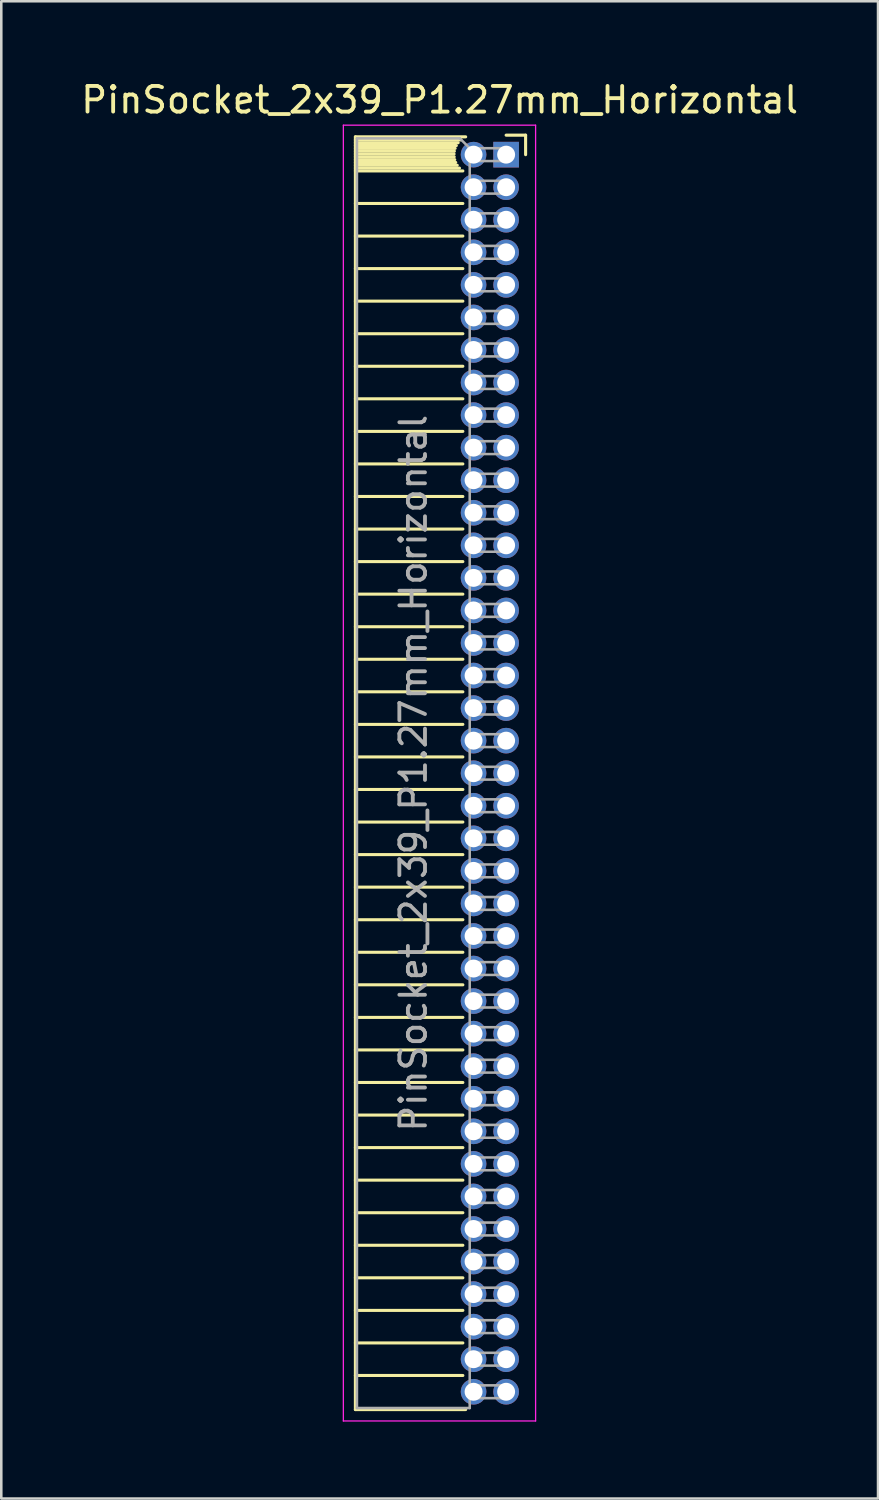
<source format=kicad_pcb>
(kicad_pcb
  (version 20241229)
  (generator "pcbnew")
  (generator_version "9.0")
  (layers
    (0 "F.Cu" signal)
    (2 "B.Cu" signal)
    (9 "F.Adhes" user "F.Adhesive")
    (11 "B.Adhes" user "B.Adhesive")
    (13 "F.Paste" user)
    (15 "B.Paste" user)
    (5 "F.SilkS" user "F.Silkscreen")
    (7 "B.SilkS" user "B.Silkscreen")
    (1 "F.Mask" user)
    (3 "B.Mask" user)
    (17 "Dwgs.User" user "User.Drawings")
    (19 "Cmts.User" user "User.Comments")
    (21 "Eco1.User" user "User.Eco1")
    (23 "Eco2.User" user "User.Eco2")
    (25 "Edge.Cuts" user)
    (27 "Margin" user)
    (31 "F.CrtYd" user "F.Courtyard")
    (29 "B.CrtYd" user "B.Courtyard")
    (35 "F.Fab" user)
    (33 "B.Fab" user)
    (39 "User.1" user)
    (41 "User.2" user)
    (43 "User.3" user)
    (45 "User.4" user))
  (footprint "PinSocket_2x39_P1.27mm_Horizontal"
    (layer "F.Cu")
    (at 16.694 2.983)
    (property "Reference" "PinSocket_2x39_P1.27mm_Horizontal" (at -2.592 -2.135 0) (layer "F.SilkS") (effects (font (size 1 1) (thickness 0.15))))
    (attr through_hole)
    (fp_line (start -5.88 -0.695) (end -5.88 48.955) (stroke (width 0.12) (type solid)) (layer "F.SilkS"))
    (fp_line (start -5.88 -0.695) (end -1.578 -0.695) (stroke (width 0.12) (type solid)) (layer "F.SilkS"))
    (fp_line (start -5.88 -0.575) (end -1.767 -0.575) (stroke (width 0.12) (type solid)) (layer "F.SilkS"))
    (fp_line (start -5.88 -0.465) (end -1.871 -0.465) (stroke (width 0.12) (type solid)) (layer "F.SilkS"))
    (fp_line (start -5.88 -0.355) (end -1.942 -0.355) (stroke (width 0.12) (type solid)) (layer "F.SilkS"))
    (fp_line (start -5.88 -0.245) (end -1.989 -0.245) (stroke (width 0.12) (type solid)) (layer "F.SilkS"))
    (fp_line (start -5.88 -0.135) (end -2.018 -0.135) (stroke (width 0.12) (type solid)) (layer "F.SilkS"))
    (fp_line (start -5.88 -0.025) (end -2.03 -0.025) (stroke (width 0.12) (type solid)) (layer "F.SilkS"))
    (fp_line (start -5.88 0.085) (end -2.025 0.085) (stroke (width 0.12) (type solid)) (layer "F.SilkS"))
    (fp_line (start -5.88 0.195) (end -2.005 0.195) (stroke (width 0.12) (type solid)) (layer "F.SilkS"))
    (fp_line (start -5.88 0.305) (end -1.966 0.305) (stroke (width 0.12) (type solid)) (layer "F.SilkS"))
    (fp_line (start -5.88 0.415) (end -1.907 0.415) (stroke (width 0.12) (type solid)) (layer "F.SilkS"))
    (fp_line (start -5.88 0.525) (end -1.82 0.525) (stroke (width 0.12) (type solid)) (layer "F.SilkS"))
    (fp_line (start -5.88 0.635) (end -1.688 0.635) (stroke (width 0.12) (type solid)) (layer "F.SilkS"))
    (fp_line (start -5.88 1.905) (end -1.688 1.905) (stroke (width 0.12) (type solid)) (layer "F.SilkS"))
    (fp_line (start -5.88 3.175) (end -1.688 3.175) (stroke (width 0.12) (type solid)) (layer "F.SilkS"))
    (fp_line (start -5.88 4.445) (end -1.688 4.445) (stroke (width 0.12) (type solid)) (layer "F.SilkS"))
    (fp_line (start -5.88 5.715) (end -1.688 5.715) (stroke (width 0.12) (type solid)) (layer "F.SilkS"))
    (fp_line (start -5.88 6.985) (end -1.688 6.985) (stroke (width 0.12) (type solid)) (layer "F.SilkS"))
    (fp_line (start -5.88 8.255) (end -1.688 8.255) (stroke (width 0.12) (type solid)) (layer "F.SilkS"))
    (fp_line (start -5.88 9.525) (end -1.688 9.525) (stroke (width 0.12) (type solid)) (layer "F.SilkS"))
    (fp_line (start -5.88 10.795) (end -1.688 10.795) (stroke (width 0.12) (type solid)) (layer "F.SilkS"))
    (fp_line (start -5.88 12.065) (end -1.688 12.065) (stroke (width 0.12) (type solid)) (layer "F.SilkS"))
    (fp_line (start -5.88 13.335) (end -1.688 13.335) (stroke (width 0.12) (type solid)) (layer "F.SilkS"))
    (fp_line (start -5.88 14.605) (end -1.688 14.605) (stroke (width 0.12) (type solid)) (layer "F.SilkS"))
    (fp_line (start -5.88 15.875) (end -1.688 15.875) (stroke (width 0.12) (type solid)) (layer "F.SilkS"))
    (fp_line (start -5.88 17.145) (end -1.688 17.145) (stroke (width 0.12) (type solid)) (layer "F.SilkS"))
    (fp_line (start -5.88 18.415) (end -1.688 18.415) (stroke (width 0.12) (type solid)) (layer "F.SilkS"))
    (fp_line (start -5.88 19.685) (end -1.688 19.685) (stroke (width 0.12) (type solid)) (layer "F.SilkS"))
    (fp_line (start -5.88 20.955) (end -1.688 20.955) (stroke (width 0.12) (type solid)) (layer "F.SilkS"))
    (fp_line (start -5.88 22.225) (end -1.688 22.225) (stroke (width 0.12) (type solid)) (layer "F.SilkS"))
    (fp_line (start -5.88 23.495) (end -1.688 23.495) (stroke (width 0.12) (type solid)) (layer "F.SilkS"))
    (fp_line (start -5.88 24.765) (end -1.688 24.765) (stroke (width 0.12) (type solid)) (layer "F.SilkS"))
    (fp_line (start -5.88 26.035) (end -1.688 26.035) (stroke (width 0.12) (type solid)) (layer "F.SilkS"))
    (fp_line (start -5.88 27.305) (end -1.688 27.305) (stroke (width 0.12) (type solid)) (layer "F.SilkS"))
    (fp_line (start -5.88 28.575) (end -1.688 28.575) (stroke (width 0.12) (type solid)) (layer "F.SilkS"))
    (fp_line (start -5.88 29.845) (end -1.688 29.845) (stroke (width 0.12) (type solid)) (layer "F.SilkS"))
    (fp_line (start -5.88 31.115) (end -1.688 31.115) (stroke (width 0.12) (type solid)) (layer "F.SilkS"))
    (fp_line (start -5.88 32.385) (end -1.688 32.385) (stroke (width 0.12) (type solid)) (layer "F.SilkS"))
    (fp_line (start -5.88 33.655) (end -1.688 33.655) (stroke (width 0.12) (type solid)) (layer "F.SilkS"))
    (fp_line (start -5.88 34.925) (end -1.688 34.925) (stroke (width 0.12) (type solid)) (layer "F.SilkS"))
    (fp_line (start -5.88 36.195) (end -1.688 36.195) (stroke (width 0.12) (type solid)) (layer "F.SilkS"))
    (fp_line (start -5.88 37.465) (end -1.688 37.465) (stroke (width 0.12) (type solid)) (layer "F.SilkS"))
    (fp_line (start -5.88 38.735) (end -1.688 38.735) (stroke (width 0.12) (type solid)) (layer "F.SilkS"))
    (fp_line (start -5.88 40.005) (end -1.688 40.005) (stroke (width 0.12) (type solid)) (layer "F.SilkS"))
    (fp_line (start -5.88 41.275) (end -1.688 41.275) (stroke (width 0.12) (type solid)) (layer "F.SilkS"))
    (fp_line (start -5.88 42.545) (end -1.688 42.545) (stroke (width 0.12) (type solid)) (layer "F.SilkS"))
    (fp_line (start -5.88 43.815) (end -1.688 43.815) (stroke (width 0.12) (type solid)) (layer "F.SilkS"))
    (fp_line (start -5.88 45.085) (end -1.688 45.085) (stroke (width 0.12) (type solid)) (layer "F.SilkS"))
    (fp_line (start -5.88 46.355) (end -1.688 46.355) (stroke (width 0.12) (type solid)) (layer "F.SilkS"))
    (fp_line (start -5.88 47.625) (end -1.688 47.625) (stroke (width 0.12) (type solid)) (layer "F.SilkS"))
    (fp_line (start -5.88 48.955) (end -1.578 48.955) (stroke (width 0.12) (type solid)) (layer "F.SilkS"))
    (fp_line (start 0 -0.76) (end 0.76 -0.76) (stroke (width 0.12) (type solid)) (layer "F.SilkS"))
    (fp_line (start 0.76 -0.76) (end 0.76 0) (stroke (width 0.12) (type solid)) (layer "F.SilkS"))
    (fp_line (start -6.35 -1.15) (end -6.35 49.4) (stroke (width 0.05) (type solid)) (layer "F.CrtYd"))
    (fp_line (start -6.35 49.4) (end 1.15 49.4) (stroke (width 0.05) (type solid)) (layer "F.CrtYd"))
    (fp_line (start 1.15 -1.15) (end -6.35 -1.15) (stroke (width 0.05) (type solid)) (layer "F.CrtYd"))
    (fp_line (start 1.15 49.4) (end 1.15 -1.15) (stroke (width 0.05) (type solid)) (layer "F.CrtYd"))
    (fp_line (start -5.82 -0.635) (end -1.805 -0.635) (stroke (width 0.1) (type solid)) (layer "F.Fab"))
    (fp_line (start -5.82 48.895) (end -5.82 -0.635) (stroke (width 0.1) (type solid)) (layer "F.Fab"))
    (fp_line (start -1.805 -0.635) (end -1.42 -0.25) (stroke (width 0.1) (type solid)) (layer "F.Fab"))
    (fp_line (start -1.42 -0.25) (end -1.42 48.895) (stroke (width 0.1) (type solid)) (layer "F.Fab"))
    (fp_line (start -1.42 0.25) (end 0 0.25) (stroke (width 0.1) (type solid)) (layer "F.Fab"))
    (fp_line (start -1.42 1.52) (end 0 1.52) (stroke (width 0.1) (type solid)) (layer "F.Fab"))
    (fp_line (start -1.42 2.79) (end 0 2.79) (stroke (width 0.1) (type solid)) (layer "F.Fab"))
    (fp_line (start -1.42 4.06) (end 0 4.06) (stroke (width 0.1) (type solid)) (layer "F.Fab"))
    (fp_line (start -1.42 5.33) (end 0 5.33) (stroke (width 0.1) (type solid)) (layer "F.Fab"))
    (fp_line (start -1.42 6.6) (end 0 6.6) (stroke (width 0.1) (type solid)) (layer "F.Fab"))
    (fp_line (start -1.42 7.87) (end 0 7.87) (stroke (width 0.1) (type solid)) (layer "F.Fab"))
    (fp_line (start -1.42 9.14) (end 0 9.14) (stroke (width 0.1) (type solid)) (layer "F.Fab"))
    (fp_line (start -1.42 10.41) (end 0 10.41) (stroke (width 0.1) (type solid)) (layer "F.Fab"))
    (fp_line (start -1.42 11.68) (end 0 11.68) (stroke (width 0.1) (type solid)) (layer "F.Fab"))
    (fp_line (start -1.42 12.95) (end 0 12.95) (stroke (width 0.1) (type solid)) (layer "F.Fab"))
    (fp_line (start -1.42 14.22) (end 0 14.22) (stroke (width 0.1) (type solid)) (layer "F.Fab"))
    (fp_line (start -1.42 15.49) (end 0 15.49) (stroke (width 0.1) (type solid)) (layer "F.Fab"))
    (fp_line (start -1.42 16.76) (end 0 16.76) (stroke (width 0.1) (type solid)) (layer "F.Fab"))
    (fp_line (start -1.42 18.03) (end 0 18.03) (stroke (width 0.1) (type solid)) (layer "F.Fab"))
    (fp_line (start -1.42 19.3) (end 0 19.3) (stroke (width 0.1) (type solid)) (layer "F.Fab"))
    (fp_line (start -1.42 20.57) (end 0 20.57) (stroke (width 0.1) (type solid)) (layer "F.Fab"))
    (fp_line (start -1.42 21.84) (end 0 21.84) (stroke (width 0.1) (type solid)) (layer "F.Fab"))
    (fp_line (start -1.42 23.11) (end 0 23.11) (stroke (width 0.1) (type solid)) (layer "F.Fab"))
    (fp_line (start -1.42 24.38) (end 0 24.38) (stroke (width 0.1) (type solid)) (layer "F.Fab"))
    (fp_line (start -1.42 25.65) (end 0 25.65) (stroke (width 0.1) (type solid)) (layer "F.Fab"))
    (fp_line (start -1.42 26.92) (end 0 26.92) (stroke (width 0.1) (type solid)) (layer "F.Fab"))
    (fp_line (start -1.42 28.19) (end 0 28.19) (stroke (width 0.1) (type solid)) (layer "F.Fab"))
    (fp_line (start -1.42 29.46) (end 0 29.46) (stroke (width 0.1) (type solid)) (layer "F.Fab"))
    (fp_line (start -1.42 30.73) (end 0 30.73) (stroke (width 0.1) (type solid)) (layer "F.Fab"))
    (fp_line (start -1.42 32) (end 0 32) (stroke (width 0.1) (type solid)) (layer "F.Fab"))
    (fp_line (start -1.42 33.27) (end 0 33.27) (stroke (width 0.1) (type solid)) (layer "F.Fab"))
    (fp_line (start -1.42 34.54) (end 0 34.54) (stroke (width 0.1) (type solid)) (layer "F.Fab"))
    (fp_line (start -1.42 35.81) (end 0 35.81) (stroke (width 0.1) (type solid)) (layer "F.Fab"))
    (fp_line (start -1.42 37.08) (end 0 37.08) (stroke (width 0.1) (type solid)) (layer "F.Fab"))
    (fp_line (start -1.42 38.35) (end 0 38.35) (stroke (width 0.1) (type solid)) (layer "F.Fab"))
    (fp_line (start -1.42 39.62) (end 0 39.62) (stroke (width 0.1) (type solid)) (layer "F.Fab"))
    (fp_line (start -1.42 40.89) (end 0 40.89) (stroke (width 0.1) (type solid)) (layer "F.Fab"))
    (fp_line (start -1.42 42.16) (end 0 42.16) (stroke (width 0.1) (type solid)) (layer "F.Fab"))
    (fp_line (start -1.42 43.43) (end 0 43.43) (stroke (width 0.1) (type solid)) (layer "F.Fab"))
    (fp_line (start -1.42 44.7) (end 0 44.7) (stroke (width 0.1) (type solid)) (layer "F.Fab"))
    (fp_line (start -1.42 45.97) (end 0 45.97) (stroke (width 0.1) (type solid)) (layer "F.Fab"))
    (fp_line (start -1.42 47.24) (end 0 47.24) (stroke (width 0.1) (type solid)) (layer "F.Fab"))
    (fp_line (start -1.42 48.51) (end 0 48.51) (stroke (width 0.1) (type solid)) (layer "F.Fab"))
    (fp_line (start -1.42 48.895) (end -5.82 48.895) (stroke (width 0.1) (type solid)) (layer "F.Fab"))
    (fp_line (start 0 -0.25) (end -1.42 -0.25) (stroke (width 0.1) (type solid)) (layer "F.Fab"))
    (fp_line (start 0 0.25) (end 0 -0.25) (stroke (width 0.1) (type solid)) (layer "F.Fab"))
    (fp_line (start 0 1.02) (end -1.42 1.02) (stroke (width 0.1) (type solid)) (layer "F.Fab"))
    (fp_line (start 0 1.52) (end 0 1.02) (stroke (width 0.1) (type solid)) (layer "F.Fab"))
    (fp_line (start 0 2.29) (end -1.42 2.29) (stroke (width 0.1) (type solid)) (layer "F.Fab"))
    (fp_line (start 0 2.79) (end 0 2.29) (stroke (width 0.1) (type solid)) (layer "F.Fab"))
    (fp_line (start 0 3.56) (end -1.42 3.56) (stroke (width 0.1) (type solid)) (layer "F.Fab"))
    (fp_line (start 0 4.06) (end 0 3.56) (stroke (width 0.1) (type solid)) (layer "F.Fab"))
    (fp_line (start 0 4.83) (end -1.42 4.83) (stroke (width 0.1) (type solid)) (layer "F.Fab"))
    (fp_line (start 0 5.33) (end 0 4.83) (stroke (width 0.1) (type solid)) (layer "F.Fab"))
    (fp_line (start 0 6.1) (end -1.42 6.1) (stroke (width 0.1) (type solid)) (layer "F.Fab"))
    (fp_line (start 0 6.6) (end 0 6.1) (stroke (width 0.1) (type solid)) (layer "F.Fab"))
    (fp_line (start 0 7.37) (end -1.42 7.37) (stroke (width 0.1) (type solid)) (layer "F.Fab"))
    (fp_line (start 0 7.87) (end 0 7.37) (stroke (width 0.1) (type solid)) (layer "F.Fab"))
    (fp_line (start 0 8.64) (end -1.42 8.64) (stroke (width 0.1) (type solid)) (layer "F.Fab"))
    (fp_line (start 0 9.14) (end 0 8.64) (stroke (width 0.1) (type solid)) (layer "F.Fab"))
    (fp_line (start 0 9.91) (end -1.42 9.91) (stroke (width 0.1) (type solid)) (layer "F.Fab"))
    (fp_line (start 0 10.41) (end 0 9.91) (stroke (width 0.1) (type solid)) (layer "F.Fab"))
    (fp_line (start 0 11.18) (end -1.42 11.18) (stroke (width 0.1) (type solid)) (layer "F.Fab"))
    (fp_line (start 0 11.68) (end 0 11.18) (stroke (width 0.1) (type solid)) (layer "F.Fab"))
    (fp_line (start 0 12.45) (end -1.42 12.45) (stroke (width 0.1) (type solid)) (layer "F.Fab"))
    (fp_line (start 0 12.95) (end 0 12.45) (stroke (width 0.1) (type solid)) (layer "F.Fab"))
    (fp_line (start 0 13.72) (end -1.42 13.72) (stroke (width 0.1) (type solid)) (layer "F.Fab"))
    (fp_line (start 0 14.22) (end 0 13.72) (stroke (width 0.1) (type solid)) (layer "F.Fab"))
    (fp_line (start 0 14.99) (end -1.42 14.99) (stroke (width 0.1) (type solid)) (layer "F.Fab"))
    (fp_line (start 0 15.49) (end 0 14.99) (stroke (width 0.1) (type solid)) (layer "F.Fab"))
    (fp_line (start 0 16.26) (end -1.42 16.26) (stroke (width 0.1) (type solid)) (layer "F.Fab"))
    (fp_line (start 0 16.76) (end 0 16.26) (stroke (width 0.1) (type solid)) (layer "F.Fab"))
    (fp_line (start 0 17.53) (end -1.42 17.53) (stroke (width 0.1) (type solid)) (layer "F.Fab"))
    (fp_line (start 0 18.03) (end 0 17.53) (stroke (width 0.1) (type solid)) (layer "F.Fab"))
    (fp_line (start 0 18.8) (end -1.42 18.8) (stroke (width 0.1) (type solid)) (layer "F.Fab"))
    (fp_line (start 0 19.3) (end 0 18.8) (stroke (width 0.1) (type solid)) (layer "F.Fab"))
    (fp_line (start 0 20.07) (end -1.42 20.07) (stroke (width 0.1) (type solid)) (layer "F.Fab"))
    (fp_line (start 0 20.57) (end 0 20.07) (stroke (width 0.1) (type solid)) (layer "F.Fab"))
    (fp_line (start 0 21.34) (end -1.42 21.34) (stroke (width 0.1) (type solid)) (layer "F.Fab"))
    (fp_line (start 0 21.84) (end 0 21.34) (stroke (width 0.1) (type solid)) (layer "F.Fab"))
    (fp_line (start 0 22.61) (end -1.42 22.61) (stroke (width 0.1) (type solid)) (layer "F.Fab"))
    (fp_line (start 0 23.11) (end 0 22.61) (stroke (width 0.1) (type solid)) (layer "F.Fab"))
    (fp_line (start 0 23.88) (end -1.42 23.88) (stroke (width 0.1) (type solid)) (layer "F.Fab"))
    (fp_line (start 0 24.38) (end 0 23.88) (stroke (width 0.1) (type solid)) (layer "F.Fab"))
    (fp_line (start 0 25.15) (end -1.42 25.15) (stroke (width 0.1) (type solid)) (layer "F.Fab"))
    (fp_line (start 0 25.65) (end 0 25.15) (stroke (width 0.1) (type solid)) (layer "F.Fab"))
    (fp_line (start 0 26.42) (end -1.42 26.42) (stroke (width 0.1) (type solid)) (layer "F.Fab"))
    (fp_line (start 0 26.92) (end 0 26.42) (stroke (width 0.1) (type solid)) (layer "F.Fab"))
    (fp_line (start 0 27.69) (end -1.42 27.69) (stroke (width 0.1) (type solid)) (layer "F.Fab"))
    (fp_line (start 0 28.19) (end 0 27.69) (stroke (width 0.1) (type solid)) (layer "F.Fab"))
    (fp_line (start 0 28.96) (end -1.42 28.96) (stroke (width 0.1) (type solid)) (layer "F.Fab"))
    (fp_line (start 0 29.46) (end 0 28.96) (stroke (width 0.1) (type solid)) (layer "F.Fab"))
    (fp_line (start 0 30.23) (end -1.42 30.23) (stroke (width 0.1) (type solid)) (layer "F.Fab"))
    (fp_line (start 0 30.73) (end 0 30.23) (stroke (width 0.1) (type solid)) (layer "F.Fab"))
    (fp_line (start 0 31.5) (end -1.42 31.5) (stroke (width 0.1) (type solid)) (layer "F.Fab"))
    (fp_line (start 0 32) (end 0 31.5) (stroke (width 0.1) (type solid)) (layer "F.Fab"))
    (fp_line (start 0 32.77) (end -1.42 32.77) (stroke (width 0.1) (type solid)) (layer "F.Fab"))
    (fp_line (start 0 33.27) (end 0 32.77) (stroke (width 0.1) (type solid)) (layer "F.Fab"))
    (fp_line (start 0 34.04) (end -1.42 34.04) (stroke (width 0.1) (type solid)) (layer "F.Fab"))
    (fp_line (start 0 34.54) (end 0 34.04) (stroke (width 0.1) (type solid)) (layer "F.Fab"))
    (fp_line (start 0 35.31) (end -1.42 35.31) (stroke (width 0.1) (type solid)) (layer "F.Fab"))
    (fp_line (start 0 35.81) (end 0 35.31) (stroke (width 0.1) (type solid)) (layer "F.Fab"))
    (fp_line (start 0 36.58) (end -1.42 36.58) (stroke (width 0.1) (type solid)) (layer "F.Fab"))
    (fp_line (start 0 37.08) (end 0 36.58) (stroke (width 0.1) (type solid)) (layer "F.Fab"))
    (fp_line (start 0 37.85) (end -1.42 37.85) (stroke (width 0.1) (type solid)) (layer "F.Fab"))
    (fp_line (start 0 38.35) (end 0 37.85) (stroke (width 0.1) (type solid)) (layer "F.Fab"))
    (fp_line (start 0 39.12) (end -1.42 39.12) (stroke (width 0.1) (type solid)) (layer "F.Fab"))
    (fp_line (start 0 39.62) (end 0 39.12) (stroke (width 0.1) (type solid)) (layer "F.Fab"))
    (fp_line (start 0 40.39) (end -1.42 40.39) (stroke (width 0.1) (type solid)) (layer "F.Fab"))
    (fp_line (start 0 40.89) (end 0 40.39) (stroke (width 0.1) (type solid)) (layer "F.Fab"))
    (fp_line (start 0 41.66) (end -1.42 41.66) (stroke (width 0.1) (type solid)) (layer "F.Fab"))
    (fp_line (start 0 42.16) (end 0 41.66) (stroke (width 0.1) (type solid)) (layer "F.Fab"))
    (fp_line (start 0 42.93) (end -1.42 42.93) (stroke (width 0.1) (type solid)) (layer "F.Fab"))
    (fp_line (start 0 43.43) (end 0 42.93) (stroke (width 0.1) (type solid)) (layer "F.Fab"))
    (fp_line (start 0 44.2) (end -1.42 44.2) (stroke (width 0.1) (type solid)) (layer "F.Fab"))
    (fp_line (start 0 44.7) (end 0 44.2) (stroke (width 0.1) (type solid)) (layer "F.Fab"))
    (fp_line (start 0 45.47) (end -1.42 45.47) (stroke (width 0.1) (type solid)) (layer "F.Fab"))
    (fp_line (start 0 45.97) (end 0 45.47) (stroke (width 0.1) (type solid)) (layer "F.Fab"))
    (fp_line (start 0 46.74) (end -1.42 46.74) (stroke (width 0.1) (type solid)) (layer "F.Fab"))
    (fp_line (start 0 47.24) (end 0 46.74) (stroke (width 0.1) (type solid)) (layer "F.Fab"))
    (fp_line (start 0 48.01) (end -1.42 48.01) (stroke (width 0.1) (type solid)) (layer "F.Fab"))
    (fp_line (start 0 48.51) (end 0 48.01) (stroke (width 0.1) (type solid)) (layer "F.Fab"))
    (fp_text user "${REFERENCE}" (at -3.62 24.13 90) (layer "F.Fab") (effects (font (size 1 1) (thickness 0.15))))
    (pad "1" thru_hole rect (at 0 0) (size 1 1) (drill 0.7) (layers "*.Cu" "*.Mask"))
    (pad "2" thru_hole oval (at -1.27 0) (size 1 1) (drill 0.7) (layers "*.Cu" "*.Mask"))
    (pad "3" thru_hole oval (at 0 1.27) (size 1 1) (drill 0.7) (layers "*.Cu" "*.Mask"))
    (pad "4" thru_hole oval (at -1.27 1.27) (size 1 1) (drill 0.7) (layers "*.Cu" "*.Mask"))
    (pad "5" thru_hole oval (at 0 2.54) (size 1 1) (drill 0.7) (layers "*.Cu" "*.Mask"))
    (pad "6" thru_hole oval (at -1.27 2.54) (size 1 1) (drill 0.7) (layers "*.Cu" "*.Mask"))
    (pad "7" thru_hole oval (at 0 3.81) (size 1 1) (drill 0.7) (layers "*.Cu" "*.Mask"))
    (pad "8" thru_hole oval (at -1.27 3.81) (size 1 1) (drill 0.7) (layers "*.Cu" "*.Mask"))
    (pad "9" thru_hole oval (at 0 5.08) (size 1 1) (drill 0.7) (layers "*.Cu" "*.Mask"))
    (pad "10" thru_hole oval (at -1.27 5.08) (size 1 1) (drill 0.7) (layers "*.Cu" "*.Mask"))
    (pad "11" thru_hole oval (at 0 6.35) (size 1 1) (drill 0.7) (layers "*.Cu" "*.Mask"))
    (pad "12" thru_hole oval (at -1.27 6.35) (size 1 1) (drill 0.7) (layers "*.Cu" "*.Mask"))
    (pad "13" thru_hole oval (at 0 7.62) (size 1 1) (drill 0.7) (layers "*.Cu" "*.Mask"))
    (pad "14" thru_hole oval (at -1.27 7.62) (size 1 1) (drill 0.7) (layers "*.Cu" "*.Mask"))
    (pad "15" thru_hole oval (at 0 8.89) (size 1 1) (drill 0.7) (layers "*.Cu" "*.Mask"))
    (pad "16" thru_hole oval (at -1.27 8.89) (size 1 1) (drill 0.7) (layers "*.Cu" "*.Mask"))
    (pad "17" thru_hole oval (at 0 10.16) (size 1 1) (drill 0.7) (layers "*.Cu" "*.Mask"))
    (pad "18" thru_hole oval (at -1.27 10.16) (size 1 1) (drill 0.7) (layers "*.Cu" "*.Mask"))
    (pad "19" thru_hole oval (at 0 11.43) (size 1 1) (drill 0.7) (layers "*.Cu" "*.Mask"))
    (pad "20" thru_hole oval (at -1.27 11.43) (size 1 1) (drill 0.7) (layers "*.Cu" "*.Mask"))
    (pad "21" thru_hole oval (at 0 12.7) (size 1 1) (drill 0.7) (layers "*.Cu" "*.Mask"))
    (pad "22" thru_hole oval (at -1.27 12.7) (size 1 1) (drill 0.7) (layers "*.Cu" "*.Mask"))
    (pad "23" thru_hole oval (at 0 13.97) (size 1 1) (drill 0.7) (layers "*.Cu" "*.Mask"))
    (pad "24" thru_hole oval (at -1.27 13.97) (size 1 1) (drill 0.7) (layers "*.Cu" "*.Mask"))
    (pad "25" thru_hole oval (at 0 15.24) (size 1 1) (drill 0.7) (layers "*.Cu" "*.Mask"))
    (pad "26" thru_hole oval (at -1.27 15.24) (size 1 1) (drill 0.7) (layers "*.Cu" "*.Mask"))
    (pad "27" thru_hole oval (at 0 16.51) (size 1 1) (drill 0.7) (layers "*.Cu" "*.Mask"))
    (pad "28" thru_hole oval (at -1.27 16.51) (size 1 1) (drill 0.7) (layers "*.Cu" "*.Mask"))
    (pad "29" thru_hole oval (at 0 17.78) (size 1 1) (drill 0.7) (layers "*.Cu" "*.Mask"))
    (pad "30" thru_hole oval (at -1.27 17.78) (size 1 1) (drill 0.7) (layers "*.Cu" "*.Mask"))
    (pad "31" thru_hole oval (at 0 19.05) (size 1 1) (drill 0.7) (layers "*.Cu" "*.Mask"))
    (pad "32" thru_hole oval (at -1.27 19.05) (size 1 1) (drill 0.7) (layers "*.Cu" "*.Mask"))
    (pad "33" thru_hole oval (at 0 20.32) (size 1 1) (drill 0.7) (layers "*.Cu" "*.Mask"))
    (pad "34" thru_hole oval (at -1.27 20.32) (size 1 1) (drill 0.7) (layers "*.Cu" "*.Mask"))
    (pad "35" thru_hole oval (at 0 21.59) (size 1 1) (drill 0.7) (layers "*.Cu" "*.Mask"))
    (pad "36" thru_hole oval (at -1.27 21.59) (size 1 1) (drill 0.7) (layers "*.Cu" "*.Mask"))
    (pad "37" thru_hole oval (at 0 22.86) (size 1 1) (drill 0.7) (layers "*.Cu" "*.Mask"))
    (pad "38" thru_hole oval (at -1.27 22.86) (size 1 1) (drill 0.7) (layers "*.Cu" "*.Mask"))
    (pad "39" thru_hole oval (at 0 24.13) (size 1 1) (drill 0.7) (layers "*.Cu" "*.Mask"))
    (pad "40" thru_hole oval (at -1.27 24.13) (size 1 1) (drill 0.7) (layers "*.Cu" "*.Mask"))
    (pad "41" thru_hole oval (at 0 25.4) (size 1 1) (drill 0.7) (layers "*.Cu" "*.Mask"))
    (pad "42" thru_hole oval (at -1.27 25.4) (size 1 1) (drill 0.7) (layers "*.Cu" "*.Mask"))
    (pad "43" thru_hole oval (at 0 26.67) (size 1 1) (drill 0.7) (layers "*.Cu" "*.Mask"))
    (pad "44" thru_hole oval (at -1.27 26.67) (size 1 1) (drill 0.7) (layers "*.Cu" "*.Mask"))
    (pad "45" thru_hole oval (at 0 27.94) (size 1 1) (drill 0.7) (layers "*.Cu" "*.Mask"))
    (pad "46" thru_hole oval (at -1.27 27.94) (size 1 1) (drill 0.7) (layers "*.Cu" "*.Mask"))
    (pad "47" thru_hole oval (at 0 29.21) (size 1 1) (drill 0.7) (layers "*.Cu" "*.Mask"))
    (pad "48" thru_hole oval (at -1.27 29.21) (size 1 1) (drill 0.7) (layers "*.Cu" "*.Mask"))
    (pad "49" thru_hole oval (at 0 30.48) (size 1 1) (drill 0.7) (layers "*.Cu" "*.Mask"))
    (pad "50" thru_hole oval (at -1.27 30.48) (size 1 1) (drill 0.7) (layers "*.Cu" "*.Mask"))
    (pad "51" thru_hole oval (at 0 31.75) (size 1 1) (drill 0.7) (layers "*.Cu" "*.Mask"))
    (pad "52" thru_hole oval (at -1.27 31.75) (size 1 1) (drill 0.7) (layers "*.Cu" "*.Mask"))
    (pad "53" thru_hole oval (at 0 33.02) (size 1 1) (drill 0.7) (layers "*.Cu" "*.Mask"))
    (pad "54" thru_hole oval (at -1.27 33.02) (size 1 1) (drill 0.7) (layers "*.Cu" "*.Mask"))
    (pad "55" thru_hole oval (at 0 34.29) (size 1 1) (drill 0.7) (layers "*.Cu" "*.Mask"))
    (pad "56" thru_hole oval (at -1.27 34.29) (size 1 1) (drill 0.7) (layers "*.Cu" "*.Mask"))
    (pad "57" thru_hole oval (at 0 35.56) (size 1 1) (drill 0.7) (layers "*.Cu" "*.Mask"))
    (pad "58" thru_hole oval (at -1.27 35.56) (size 1 1) (drill 0.7) (layers "*.Cu" "*.Mask"))
    (pad "59" thru_hole oval (at 0 36.83) (size 1 1) (drill 0.7) (layers "*.Cu" "*.Mask"))
    (pad "60" thru_hole oval (at -1.27 36.83) (size 1 1) (drill 0.7) (layers "*.Cu" "*.Mask"))
    (pad "61" thru_hole oval (at 0 38.1) (size 1 1) (drill 0.7) (layers "*.Cu" "*.Mask"))
    (pad "62" thru_hole oval (at -1.27 38.1) (size 1 1) (drill 0.7) (layers "*.Cu" "*.Mask"))
    (pad "63" thru_hole oval (at 0 39.37) (size 1 1) (drill 0.7) (layers "*.Cu" "*.Mask"))
    (pad "64" thru_hole oval (at -1.27 39.37) (size 1 1) (drill 0.7) (layers "*.Cu" "*.Mask"))
    (pad "65" thru_hole oval (at 0 40.64) (size 1 1) (drill 0.7) (layers "*.Cu" "*.Mask"))
    (pad "66" thru_hole oval (at -1.27 40.64) (size 1 1) (drill 0.7) (layers "*.Cu" "*.Mask"))
    (pad "67" thru_hole oval (at 0 41.91) (size 1 1) (drill 0.7) (layers "*.Cu" "*.Mask"))
    (pad "68" thru_hole oval (at -1.27 41.91) (size 1 1) (drill 0.7) (layers "*.Cu" "*.Mask"))
    (pad "69" thru_hole oval (at 0 43.18) (size 1 1) (drill 0.7) (layers "*.Cu" "*.Mask"))
    (pad "70" thru_hole oval (at -1.27 43.18) (size 1 1) (drill 0.7) (layers "*.Cu" "*.Mask"))
    (pad "71" thru_hole oval (at 0 44.45) (size 1 1) (drill 0.7) (layers "*.Cu" "*.Mask"))
    (pad "72" thru_hole oval (at -1.27 44.45) (size 1 1) (drill 0.7) (layers "*.Cu" "*.Mask"))
    (pad "73" thru_hole oval (at 0 45.72) (size 1 1) (drill 0.7) (layers "*.Cu" "*.Mask"))
    (pad "74" thru_hole oval (at -1.27 45.72) (size 1 1) (drill 0.7) (layers "*.Cu" "*.Mask"))
    (pad "75" thru_hole oval (at 0 46.99) (size 1 1) (drill 0.7) (layers "*.Cu" "*.Mask"))
    (pad "76" thru_hole oval (at -1.27 46.99) (size 1 1) (drill 0.7) (layers "*.Cu" "*.Mask"))
    (pad "77" thru_hole oval (at 0 48.26) (size 1 1) (drill 0.7) (layers "*.Cu" "*.Mask"))
    (pad "78" thru_hole oval (at -1.27 48.26) (size 1 1) (drill 0.7) (layers "*.Cu" "*.Mask")))
  (gr_rect
    (start -3 -3)
    (end 31.202 55.408)
    (stroke (width 0.1) (type default))
    (fill no)
    (layer "Edge.Cuts")))
</source>
